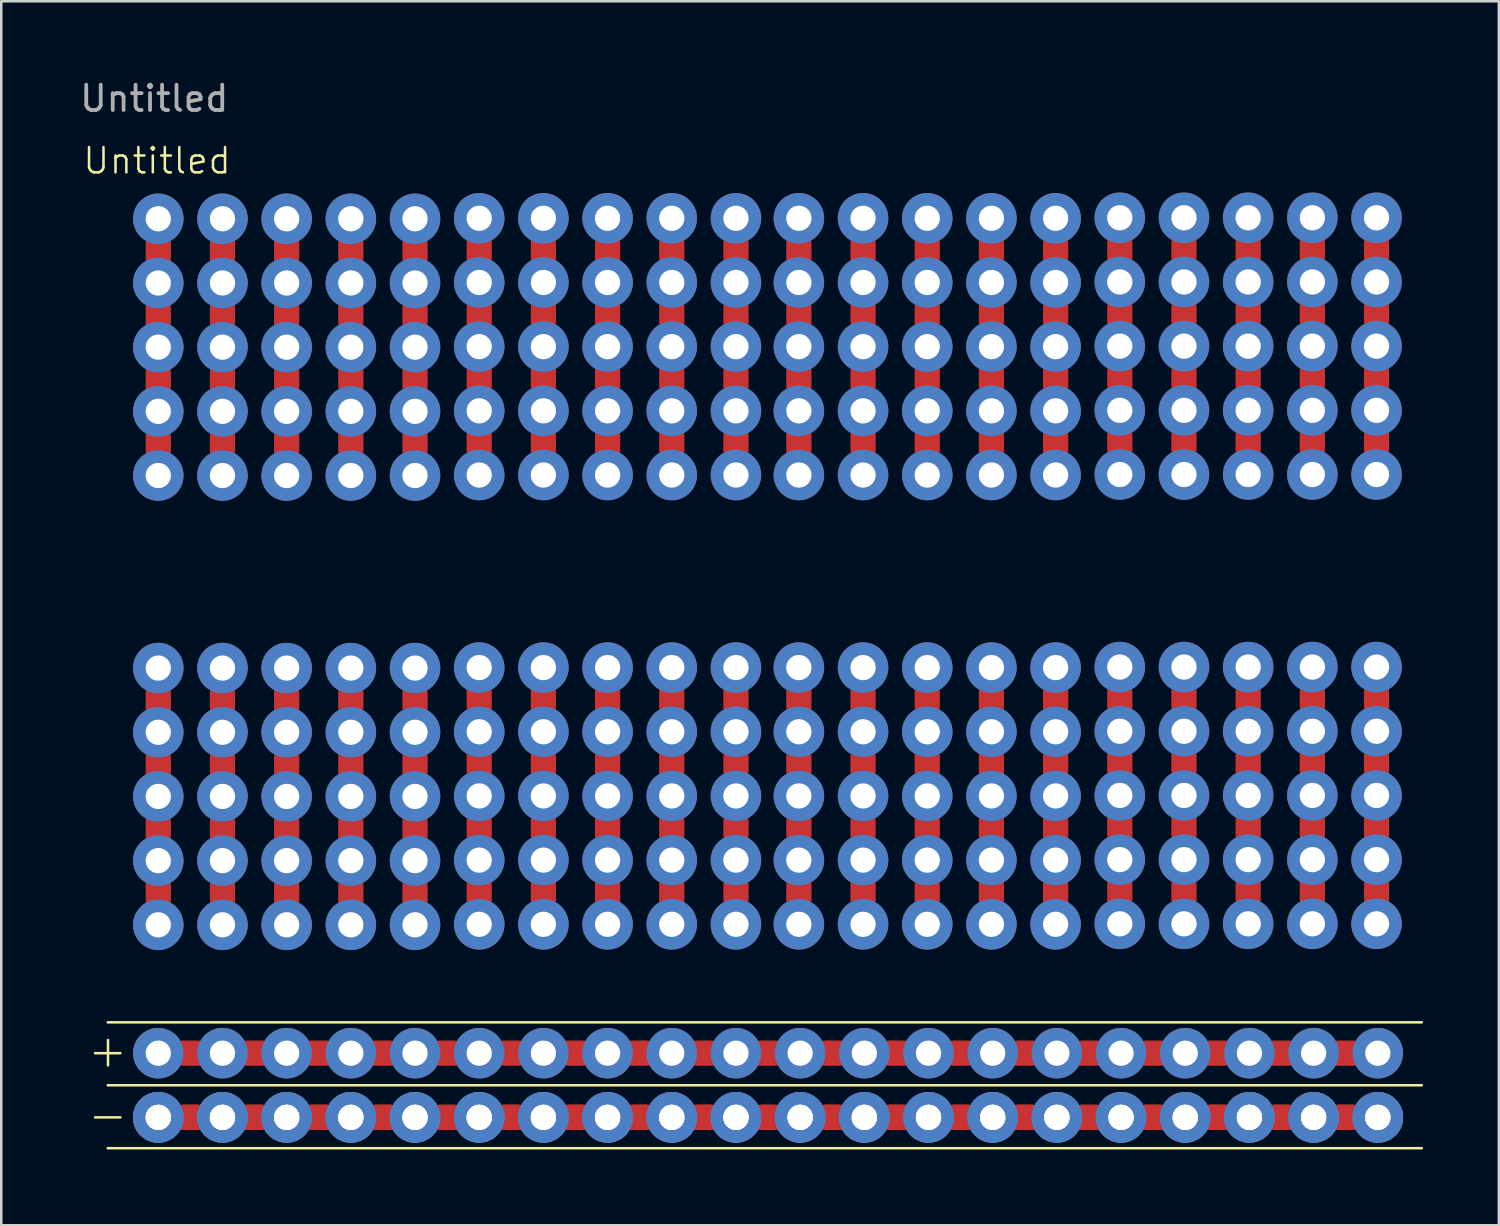
<source format=kicad_pcb>
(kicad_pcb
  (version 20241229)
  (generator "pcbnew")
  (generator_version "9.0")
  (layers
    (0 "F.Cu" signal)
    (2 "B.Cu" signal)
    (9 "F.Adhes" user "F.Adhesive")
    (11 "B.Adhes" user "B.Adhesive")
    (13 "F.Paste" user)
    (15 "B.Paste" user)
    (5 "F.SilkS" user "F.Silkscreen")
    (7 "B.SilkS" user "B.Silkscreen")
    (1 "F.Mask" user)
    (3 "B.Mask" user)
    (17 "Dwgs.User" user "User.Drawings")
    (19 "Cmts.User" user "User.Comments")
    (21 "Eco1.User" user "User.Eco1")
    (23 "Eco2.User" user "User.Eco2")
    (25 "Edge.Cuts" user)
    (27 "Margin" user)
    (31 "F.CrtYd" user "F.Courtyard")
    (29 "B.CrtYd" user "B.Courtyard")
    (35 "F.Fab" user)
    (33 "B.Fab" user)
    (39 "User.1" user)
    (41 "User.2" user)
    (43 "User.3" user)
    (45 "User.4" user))
  (footprint "Untitled"
    (layer "F.Cu")
    (at 3.214 10.688)
    (property "Reference" "Untitled" (at -0.05 -7.375 0) (unlocked yes) (layer "F.SilkS") (effects (font (size 1 1) (thickness 0.1))))
    (attr through_hole)
    (fp_line (start 0 -4.08) (end 0 -3.54) (stroke (width 1) (type solid)) (layer "F.Cu"))
    (fp_line (start 0 -1.54) (end 0 -1) (stroke (width 1) (type solid)) (layer "F.Cu"))
    (fp_line (start 0 1) (end 0 1.54) (stroke (width 1) (type solid)) (layer "F.Cu"))
    (fp_line (start 0 3.54) (end 0 4.08) (stroke (width 1) (type solid)) (layer "F.Cu"))
    (fp_line (start 0 13.7) (end 0 14.24) (stroke (width 1) (type solid)) (layer "F.Cu"))
    (fp_line (start 0 16.24) (end 0 16.78) (stroke (width 1) (type solid)) (layer "F.Cu"))
    (fp_line (start 0 18.78) (end 0 19.32) (stroke (width 1) (type solid)) (layer "F.Cu"))
    (fp_line (start 0 21.32) (end 0 21.86) (stroke (width 1) (type solid)) (layer "F.Cu"))
    (fp_line (start 1 27.94) (end 1.54 27.94) (stroke (width 1) (type solid)) (layer "F.Cu"))
    (fp_line (start 1 30.48) (end 1.54 30.48) (stroke (width 1) (type solid)) (layer "F.Cu"))
    (fp_line (start 1 30.48) (end 1.54 30.48) (stroke (width 1) (type solid)) (layer "F.Cu"))
    (fp_line (start 1 30.48) (end 1.54 30.48) (stroke (width 1) (type solid)) (layer "F.Cu"))
    (fp_line (start 2.54 -4.08) (end 2.54 -3.54) (stroke (width 1) (type solid)) (layer "F.Cu"))
    (fp_line (start 2.54 -1.54) (end 2.54 -1) (stroke (width 1) (type solid)) (layer "F.Cu"))
    (fp_line (start 2.54 1) (end 2.54 1.54) (stroke (width 1) (type solid)) (layer "F.Cu"))
    (fp_line (start 2.54 3.54) (end 2.54 4.08) (stroke (width 1) (type solid)) (layer "F.Cu"))
    (fp_line (start 2.54 13.7) (end 2.54 14.24) (stroke (width 1) (type solid)) (layer "F.Cu"))
    (fp_line (start 2.54 16.24) (end 2.54 16.78) (stroke (width 1) (type solid)) (layer "F.Cu"))
    (fp_line (start 2.54 18.78) (end 2.54 19.32) (stroke (width 1) (type solid)) (layer "F.Cu"))
    (fp_line (start 2.54 21.32) (end 2.54 21.86) (stroke (width 1) (type solid)) (layer "F.Cu"))
    (fp_line (start 3.54 27.94) (end 4.08 27.94) (stroke (width 1) (type solid)) (layer "F.Cu"))
    (fp_line (start 3.54 30.48) (end 4.08 30.48) (stroke (width 1) (type solid)) (layer "F.Cu"))
    (fp_line (start 3.54 30.48) (end 4.08 30.48) (stroke (width 1) (type solid)) (layer "F.Cu"))
    (fp_line (start 3.54 30.48) (end 4.08 30.48) (stroke (width 1) (type solid)) (layer "F.Cu"))
    (fp_line (start 5.08 -4.08) (end 5.08 -3.54) (stroke (width 1) (type solid)) (layer "F.Cu"))
    (fp_line (start 5.08 -1.54) (end 5.08 -1) (stroke (width 1) (type solid)) (layer "F.Cu"))
    (fp_line (start 5.08 1) (end 5.08 1.54) (stroke (width 1) (type solid)) (layer "F.Cu"))
    (fp_line (start 5.08 3.54) (end 5.08 4.08) (stroke (width 1) (type solid)) (layer "F.Cu"))
    (fp_line (start 5.08 13.7) (end 5.08 14.24) (stroke (width 1) (type solid)) (layer "F.Cu"))
    (fp_line (start 5.08 16.24) (end 5.08 16.78) (stroke (width 1) (type solid)) (layer "F.Cu"))
    (fp_line (start 5.08 18.78) (end 5.08 19.32) (stroke (width 1) (type solid)) (layer "F.Cu"))
    (fp_line (start 5.08 21.32) (end 5.08 21.86) (stroke (width 1) (type solid)) (layer "F.Cu"))
    (fp_line (start 6.08 27.94) (end 6.62 27.94) (stroke (width 1) (type solid)) (layer "F.Cu"))
    (fp_line (start 6.08 30.48) (end 6.62 30.48) (stroke (width 1) (type solid)) (layer "F.Cu"))
    (fp_line (start 6.08 30.48) (end 6.62 30.48) (stroke (width 1) (type solid)) (layer "F.Cu"))
    (fp_line (start 6.08 30.48) (end 6.62 30.48) (stroke (width 1) (type solid)) (layer "F.Cu"))
    (fp_line (start 7.62 -4.08) (end 7.62 -3.54) (stroke (width 1) (type solid)) (layer "F.Cu"))
    (fp_line (start 7.62 -1.54) (end 7.62 -1) (stroke (width 1) (type solid)) (layer "F.Cu"))
    (fp_line (start 7.62 1) (end 7.62 1.54) (stroke (width 1) (type solid)) (layer "F.Cu"))
    (fp_line (start 7.62 3.54) (end 7.62 4.08) (stroke (width 1) (type solid)) (layer "F.Cu"))
    (fp_line (start 7.62 13.7) (end 7.62 14.24) (stroke (width 1) (type solid)) (layer "F.Cu"))
    (fp_line (start 7.62 16.24) (end 7.62 16.78) (stroke (width 1) (type solid)) (layer "F.Cu"))
    (fp_line (start 7.62 18.78) (end 7.62 19.32) (stroke (width 1) (type solid)) (layer "F.Cu"))
    (fp_line (start 7.62 21.32) (end 7.62 21.86) (stroke (width 1) (type solid)) (layer "F.Cu"))
    (fp_line (start 8.62 27.94) (end 9.16 27.94) (stroke (width 1) (type solid)) (layer "F.Cu"))
    (fp_line (start 8.62 30.48) (end 9.16 30.48) (stroke (width 1) (type solid)) (layer "F.Cu"))
    (fp_line (start 8.62 30.48) (end 9.16 30.48) (stroke (width 1) (type solid)) (layer "F.Cu"))
    (fp_line (start 8.62 30.48) (end 9.16 30.48) (stroke (width 1) (type solid)) (layer "F.Cu"))
    (fp_line (start 10.16 -4.08) (end 10.16 -3.54) (stroke (width 1) (type solid)) (layer "F.Cu"))
    (fp_line (start 10.16 -1.54) (end 10.16 -1) (stroke (width 1) (type solid)) (layer "F.Cu"))
    (fp_line (start 10.16 1) (end 10.16 1.54) (stroke (width 1) (type solid)) (layer "F.Cu"))
    (fp_line (start 10.16 3.54) (end 10.16 4.08) (stroke (width 1) (type solid)) (layer "F.Cu"))
    (fp_line (start 10.16 13.7) (end 10.16 14.24) (stroke (width 1) (type solid)) (layer "F.Cu"))
    (fp_line (start 10.16 16.24) (end 10.16 16.78) (stroke (width 1) (type solid)) (layer "F.Cu"))
    (fp_line (start 10.16 18.78) (end 10.16 19.32) (stroke (width 1) (type solid)) (layer "F.Cu"))
    (fp_line (start 10.16 21.32) (end 10.16 21.86) (stroke (width 1) (type solid)) (layer "F.Cu"))
    (fp_line (start 11.16 27.94) (end 11.7 27.94) (stroke (width 1) (type solid)) (layer "F.Cu"))
    (fp_line (start 11.16 30.48) (end 11.7 30.48) (stroke (width 1) (type solid)) (layer "F.Cu"))
    (fp_line (start 11.16 30.48) (end 11.7 30.48) (stroke (width 1) (type solid)) (layer "F.Cu"))
    (fp_line (start 12.7 -4.1) (end 12.7 -3.56) (stroke (width 1) (type solid)) (layer "F.Cu"))
    (fp_line (start 12.7 -1.56) (end 12.7 -1.02) (stroke (width 1) (type solid)) (layer "F.Cu"))
    (fp_line (start 12.7 0.98) (end 12.7 1.52) (stroke (width 1) (type solid)) (layer "F.Cu"))
    (fp_line (start 12.7 3.52) (end 12.7 4.06) (stroke (width 1) (type solid)) (layer "F.Cu"))
    (fp_line (start 12.7 13.68) (end 12.7 14.22) (stroke (width 1) (type solid)) (layer "F.Cu"))
    (fp_line (start 12.7 16.22) (end 12.7 16.76) (stroke (width 1) (type solid)) (layer "F.Cu"))
    (fp_line (start 12.7 18.76) (end 12.7 19.3) (stroke (width 1) (type solid)) (layer "F.Cu"))
    (fp_line (start 12.7 21.3) (end 12.7 21.84) (stroke (width 1) (type solid)) (layer "F.Cu"))
    (fp_line (start 13.7 27.94) (end 14.24 27.94) (stroke (width 1) (type solid)) (layer "F.Cu"))
    (fp_line (start 13.7 30.48) (end 14.24 30.48) (stroke (width 1) (type solid)) (layer "F.Cu"))
    (fp_line (start 13.7 30.48) (end 14.24 30.48) (stroke (width 1) (type solid)) (layer "F.Cu"))
    (fp_line (start 13.7 30.48) (end 14.24 30.48) (stroke (width 1) (type solid)) (layer "F.Cu"))
    (fp_line (start 15.24 -4.1) (end 15.24 -3.56) (stroke (width 1) (type solid)) (layer "F.Cu"))
    (fp_line (start 15.24 -1.56) (end 15.24 -1.02) (stroke (width 1) (type solid)) (layer "F.Cu"))
    (fp_line (start 15.24 0.98) (end 15.24 1.52) (stroke (width 1) (type solid)) (layer "F.Cu"))
    (fp_line (start 15.24 3.52) (end 15.24 4.06) (stroke (width 1) (type solid)) (layer "F.Cu"))
    (fp_line (start 15.24 13.68) (end 15.24 14.22) (stroke (width 1) (type solid)) (layer "F.Cu"))
    (fp_line (start 15.24 16.22) (end 15.24 16.76) (stroke (width 1) (type solid)) (layer "F.Cu"))
    (fp_line (start 15.24 18.76) (end 15.24 19.3) (stroke (width 1) (type solid)) (layer "F.Cu"))
    (fp_line (start 15.24 21.3) (end 15.24 21.84) (stroke (width 1) (type solid)) (layer "F.Cu"))
    (fp_line (start 16.24 27.94) (end 16.78 27.94) (stroke (width 1) (type solid)) (layer "F.Cu"))
    (fp_line (start 16.24 30.48) (end 16.78 30.48) (stroke (width 1) (type solid)) (layer "F.Cu"))
    (fp_line (start 16.24 30.48) (end 16.78 30.48) (stroke (width 1) (type solid)) (layer "F.Cu"))
    (fp_line (start 16.24 30.48) (end 16.78 30.48) (stroke (width 1) (type solid)) (layer "F.Cu"))
    (fp_line (start 17.78 -4.1) (end 17.78 -3.56) (stroke (width 1) (type solid)) (layer "F.Cu"))
    (fp_line (start 17.78 -1.56) (end 17.78 -1.02) (stroke (width 1) (type solid)) (layer "F.Cu"))
    (fp_line (start 17.78 0.98) (end 17.78 1.52) (stroke (width 1) (type solid)) (layer "F.Cu"))
    (fp_line (start 17.78 3.52) (end 17.78 4.06) (stroke (width 1) (type solid)) (layer "F.Cu"))
    (fp_line (start 17.78 13.68) (end 17.78 14.22) (stroke (width 1) (type solid)) (layer "F.Cu"))
    (fp_line (start 17.78 16.22) (end 17.78 16.76) (stroke (width 1) (type solid)) (layer "F.Cu"))
    (fp_line (start 17.78 18.76) (end 17.78 19.3) (stroke (width 1) (type solid)) (layer "F.Cu"))
    (fp_line (start 17.78 21.3) (end 17.78 21.84) (stroke (width 1) (type solid)) (layer "F.Cu"))
    (fp_line (start 18.78 27.94) (end 19.32 27.94) (stroke (width 1) (type solid)) (layer "F.Cu"))
    (fp_line (start 18.78 30.48) (end 19.32 30.48) (stroke (width 1) (type solid)) (layer "F.Cu"))
    (fp_line (start 18.78 30.48) (end 19.32 30.48) (stroke (width 1) (type solid)) (layer "F.Cu"))
    (fp_line (start 18.78 30.48) (end 19.32 30.48) (stroke (width 1) (type solid)) (layer "F.Cu"))
    (fp_line (start 20.32 -4.1) (end 20.32 -3.56) (stroke (width 1) (type solid)) (layer "F.Cu"))
    (fp_line (start 20.32 -1.56) (end 20.32 -1.02) (stroke (width 1) (type solid)) (layer "F.Cu"))
    (fp_line (start 20.32 0.98) (end 20.32 1.52) (stroke (width 1) (type solid)) (layer "F.Cu"))
    (fp_line (start 20.32 3.52) (end 20.32 4.06) (stroke (width 1) (type solid)) (layer "F.Cu"))
    (fp_line (start 20.32 13.68) (end 20.32 14.22) (stroke (width 1) (type solid)) (layer "F.Cu"))
    (fp_line (start 20.32 16.22) (end 20.32 16.76) (stroke (width 1) (type solid)) (layer "F.Cu"))
    (fp_line (start 20.32 18.76) (end 20.32 19.3) (stroke (width 1) (type solid)) (layer "F.Cu"))
    (fp_line (start 20.32 21.3) (end 20.32 21.84) (stroke (width 1) (type solid)) (layer "F.Cu"))
    (fp_line (start 21.32 27.94) (end 21.86 27.94) (stroke (width 1) (type solid)) (layer "F.Cu"))
    (fp_line (start 21.32 30.48) (end 21.86 30.48) (stroke (width 1) (type solid)) (layer "F.Cu"))
    (fp_line (start 21.32 30.48) (end 21.86 30.48) (stroke (width 1) (type solid)) (layer "F.Cu"))
    (fp_line (start 21.32 30.48) (end 21.86 30.48) (stroke (width 1) (type solid)) (layer "F.Cu"))
    (fp_line (start 22.86 -4.1) (end 22.86 -3.56) (stroke (width 1) (type solid)) (layer "F.Cu"))
    (fp_line (start 22.86 -1.56) (end 22.86 -1.02) (stroke (width 1) (type solid)) (layer "F.Cu"))
    (fp_line (start 22.86 0.98) (end 22.86 1.52) (stroke (width 1) (type solid)) (layer "F.Cu"))
    (fp_line (start 22.86 3.52) (end 22.86 4.06) (stroke (width 1) (type solid)) (layer "F.Cu"))
    (fp_line (start 22.86 13.68) (end 22.86 14.22) (stroke (width 1) (type solid)) (layer "F.Cu"))
    (fp_line (start 22.86 16.22) (end 22.86 16.76) (stroke (width 1) (type solid)) (layer "F.Cu"))
    (fp_line (start 22.86 18.76) (end 22.86 19.3) (stroke (width 1) (type solid)) (layer "F.Cu"))
    (fp_line (start 22.86 21.3) (end 22.86 21.84) (stroke (width 1) (type solid)) (layer "F.Cu"))
    (fp_line (start 24.4 27.94) (end 23.86 27.94) (stroke (width 1) (type solid)) (layer "F.Cu"))
    (fp_line (start 24.4 30.48) (end 23.86 30.48) (stroke (width 1) (type solid)) (layer "F.Cu"))
    (fp_line (start 24.4 30.48) (end 23.86 30.48) (stroke (width 1) (type solid)) (layer "F.Cu"))
    (fp_line (start 25.35 -4.1) (end 25.35 -3.56) (stroke (width 1) (type solid)) (layer "F.Cu"))
    (fp_line (start 25.35 -1.56) (end 25.35 -1.02) (stroke (width 1) (type solid)) (layer "F.Cu"))
    (fp_line (start 25.35 0.98) (end 25.35 1.52) (stroke (width 1) (type solid)) (layer "F.Cu"))
    (fp_line (start 25.35 3.52) (end 25.35 4.06) (stroke (width 1) (type solid)) (layer "F.Cu"))
    (fp_line (start 25.35 13.68) (end 25.35 14.22) (stroke (width 1) (type solid)) (layer "F.Cu"))
    (fp_line (start 25.35 16.22) (end 25.35 16.76) (stroke (width 1) (type solid)) (layer "F.Cu"))
    (fp_line (start 25.35 18.76) (end 25.35 19.3) (stroke (width 1) (type solid)) (layer "F.Cu"))
    (fp_line (start 25.35 21.3) (end 25.35 21.84) (stroke (width 1) (type solid)) (layer "F.Cu"))
    (fp_line (start 26.4 27.94) (end 26.94 27.94) (stroke (width 1) (type solid)) (layer "F.Cu"))
    (fp_line (start 26.4 30.48) (end 26.94 30.48) (stroke (width 1) (type solid)) (layer "F.Cu"))
    (fp_line (start 26.4 30.48) (end 26.94 30.48) (stroke (width 1) (type solid)) (layer "F.Cu"))
    (fp_line (start 26.4 30.48) (end 26.94 30.48) (stroke (width 1) (type solid)) (layer "F.Cu"))
    (fp_line (start 27.89 -4.1) (end 27.89 -3.56) (stroke (width 1) (type solid)) (layer "F.Cu"))
    (fp_line (start 27.89 -1.56) (end 27.89 -1.02) (stroke (width 1) (type solid)) (layer "F.Cu"))
    (fp_line (start 27.89 0.98) (end 27.89 1.52) (stroke (width 1) (type solid)) (layer "F.Cu"))
    (fp_line (start 27.89 3.52) (end 27.89 4.06) (stroke (width 1) (type solid)) (layer "F.Cu"))
    (fp_line (start 27.89 13.68) (end 27.89 14.22) (stroke (width 1) (type solid)) (layer "F.Cu"))
    (fp_line (start 27.89 16.22) (end 27.89 16.76) (stroke (width 1) (type solid)) (layer "F.Cu"))
    (fp_line (start 27.89 18.76) (end 27.89 19.3) (stroke (width 1) (type solid)) (layer "F.Cu"))
    (fp_line (start 27.89 21.3) (end 27.89 21.84) (stroke (width 1) (type solid)) (layer "F.Cu"))
    (fp_line (start 28.94 27.94) (end 29.48 27.94) (stroke (width 1) (type solid)) (layer "F.Cu"))
    (fp_line (start 28.94 30.48) (end 29.48 30.48) (stroke (width 1) (type solid)) (layer "F.Cu"))
    (fp_line (start 28.94 30.48) (end 29.48 30.48) (stroke (width 1) (type solid)) (layer "F.Cu"))
    (fp_line (start 28.94 30.48) (end 29.48 30.48) (stroke (width 1) (type solid)) (layer "F.Cu"))
    (fp_line (start 30.43 -4.1) (end 30.43 -3.56) (stroke (width 1) (type solid)) (layer "F.Cu"))
    (fp_line (start 30.43 -1.56) (end 30.43 -1.02) (stroke (width 1) (type solid)) (layer "F.Cu"))
    (fp_line (start 30.43 0.98) (end 30.43 1.52) (stroke (width 1) (type solid)) (layer "F.Cu"))
    (fp_line (start 30.43 3.52) (end 30.43 4.06) (stroke (width 1) (type solid)) (layer "F.Cu"))
    (fp_line (start 30.43 13.68) (end 30.43 14.22) (stroke (width 1) (type solid)) (layer "F.Cu"))
    (fp_line (start 30.43 16.22) (end 30.43 16.76) (stroke (width 1) (type solid)) (layer "F.Cu"))
    (fp_line (start 30.43 18.76) (end 30.43 19.3) (stroke (width 1) (type solid)) (layer "F.Cu"))
    (fp_line (start 30.43 21.3) (end 30.43 21.84) (stroke (width 1) (type solid)) (layer "F.Cu"))
    (fp_line (start 31.48 27.94) (end 32.02 27.94) (stroke (width 1) (type solid)) (layer "F.Cu"))
    (fp_line (start 31.48 30.48) (end 32.02 30.48) (stroke (width 1) (type solid)) (layer "F.Cu"))
    (fp_line (start 31.48 30.48) (end 32.02 30.48) (stroke (width 1) (type solid)) (layer "F.Cu"))
    (fp_line (start 31.48 30.48) (end 32.02 30.48) (stroke (width 1) (type solid)) (layer "F.Cu"))
    (fp_line (start 32.97 -4.1) (end 32.97 -3.56) (stroke (width 1) (type solid)) (layer "F.Cu"))
    (fp_line (start 32.97 -1.56) (end 32.97 -1.02) (stroke (width 1) (type solid)) (layer "F.Cu"))
    (fp_line (start 32.97 0.98) (end 32.97 1.52) (stroke (width 1) (type solid)) (layer "F.Cu"))
    (fp_line (start 32.97 3.52) (end 32.97 4.06) (stroke (width 1) (type solid)) (layer "F.Cu"))
    (fp_line (start 32.97 13.68) (end 32.97 14.22) (stroke (width 1) (type solid)) (layer "F.Cu"))
    (fp_line (start 32.97 16.22) (end 32.97 16.76) (stroke (width 1) (type solid)) (layer "F.Cu"))
    (fp_line (start 32.97 18.76) (end 32.97 19.3) (stroke (width 1) (type solid)) (layer "F.Cu"))
    (fp_line (start 32.97 21.3) (end 32.97 21.84) (stroke (width 1) (type solid)) (layer "F.Cu"))
    (fp_line (start 34.02 27.94) (end 34.56 27.94) (stroke (width 1) (type solid)) (layer "F.Cu"))
    (fp_line (start 34.02 30.48) (end 34.56 30.48) (stroke (width 1) (type solid)) (layer "F.Cu"))
    (fp_line (start 34.02 30.48) (end 34.56 30.48) (stroke (width 1) (type solid)) (layer "F.Cu"))
    (fp_line (start 34.02 30.48) (end 34.56 30.48) (stroke (width 1) (type solid)) (layer "F.Cu"))
    (fp_line (start 35.51 -4.1) (end 35.51 -3.56) (stroke (width 1) (type solid)) (layer "F.Cu"))
    (fp_line (start 35.51 -1.56) (end 35.51 -1.02) (stroke (width 1) (type solid)) (layer "F.Cu"))
    (fp_line (start 35.51 0.98) (end 35.51 1.52) (stroke (width 1) (type solid)) (layer "F.Cu"))
    (fp_line (start 35.51 3.52) (end 35.51 4.06) (stroke (width 1) (type solid)) (layer "F.Cu"))
    (fp_line (start 35.51 13.68) (end 35.51 14.22) (stroke (width 1) (type solid)) (layer "F.Cu"))
    (fp_line (start 35.51 16.22) (end 35.51 16.76) (stroke (width 1) (type solid)) (layer "F.Cu"))
    (fp_line (start 35.51 18.76) (end 35.51 19.3) (stroke (width 1) (type solid)) (layer "F.Cu"))
    (fp_line (start 35.51 21.3) (end 35.51 21.84) (stroke (width 1) (type solid)) (layer "F.Cu"))
    (fp_line (start 36.56 27.94) (end 37.1 27.94) (stroke (width 1) (type solid)) (layer "F.Cu"))
    (fp_line (start 36.56 30.48) (end 37.1 30.48) (stroke (width 1) (type solid)) (layer "F.Cu"))
    (fp_line (start 36.56 30.48) (end 37.1 30.48) (stroke (width 1) (type solid)) (layer "F.Cu"))
    (fp_line (start 38.05 -4.12) (end 38.05 -3.58) (stroke (width 1) (type solid)) (layer "F.Cu"))
    (fp_line (start 38.05 -1.58) (end 38.05 -1.04) (stroke (width 1) (type solid)) (layer "F.Cu"))
    (fp_line (start 38.05 0.96) (end 38.05 1.5) (stroke (width 1) (type solid)) (layer "F.Cu"))
    (fp_line (start 38.05 3.5) (end 38.05 4.04) (stroke (width 1) (type solid)) (layer "F.Cu"))
    (fp_line (start 38.05 13.66) (end 38.05 14.2) (stroke (width 1) (type solid)) (layer "F.Cu"))
    (fp_line (start 38.05 16.2) (end 38.05 16.74) (stroke (width 1) (type solid)) (layer "F.Cu"))
    (fp_line (start 38.05 18.74) (end 38.05 19.28) (stroke (width 1) (type solid)) (layer "F.Cu"))
    (fp_line (start 38.05 21.28) (end 38.05 21.82) (stroke (width 1) (type solid)) (layer "F.Cu"))
    (fp_line (start 39.1 27.94) (end 39.64 27.94) (stroke (width 1) (type solid)) (layer "F.Cu"))
    (fp_line (start 39.1 30.48) (end 39.64 30.48) (stroke (width 1) (type solid)) (layer "F.Cu"))
    (fp_line (start 39.1 30.48) (end 39.64 30.48) (stroke (width 1) (type solid)) (layer "F.Cu"))
    (fp_line (start 39.1 30.48) (end 39.64 30.48) (stroke (width 1) (type solid)) (layer "F.Cu"))
    (fp_line (start 40.59 -4.12) (end 40.59 -3.58) (stroke (width 1) (type solid)) (layer "F.Cu"))
    (fp_line (start 40.59 -1.58) (end 40.59 -1.04) (stroke (width 1) (type solid)) (layer "F.Cu"))
    (fp_line (start 40.59 0.96) (end 40.59 1.5) (stroke (width 1) (type solid)) (layer "F.Cu"))
    (fp_line (start 40.59 3.5) (end 40.59 4.04) (stroke (width 1) (type solid)) (layer "F.Cu"))
    (fp_line (start 40.59 13.66) (end 40.59 14.2) (stroke (width 1) (type solid)) (layer "F.Cu"))
    (fp_line (start 40.59 16.2) (end 40.59 16.74) (stroke (width 1) (type solid)) (layer "F.Cu"))
    (fp_line (start 40.59 18.74) (end 40.59 19.28) (stroke (width 1) (type solid)) (layer "F.Cu"))
    (fp_line (start 40.59 21.28) (end 40.59 21.82) (stroke (width 1) (type solid)) (layer "F.Cu"))
    (fp_line (start 41.64 27.94) (end 42.18 27.94) (stroke (width 1) (type solid)) (layer "F.Cu"))
    (fp_line (start 41.64 30.48) (end 42.18 30.48) (stroke (width 1) (type solid)) (layer "F.Cu"))
    (fp_line (start 41.64 30.48) (end 42.18 30.48) (stroke (width 1) (type solid)) (layer "F.Cu"))
    (fp_line (start 41.64 30.48) (end 42.18 30.48) (stroke (width 1) (type solid)) (layer "F.Cu"))
    (fp_line (start 43.13 -4.12) (end 43.13 -3.58) (stroke (width 1) (type solid)) (layer "F.Cu"))
    (fp_line (start 43.13 -1.58) (end 43.13 -1.04) (stroke (width 1) (type solid)) (layer "F.Cu"))
    (fp_line (start 43.13 0.96) (end 43.13 1.5) (stroke (width 1) (type solid)) (layer "F.Cu"))
    (fp_line (start 43.13 3.5) (end 43.13 4.04) (stroke (width 1) (type solid)) (layer "F.Cu"))
    (fp_line (start 43.13 13.66) (end 43.13 14.2) (stroke (width 1) (type solid)) (layer "F.Cu"))
    (fp_line (start 43.13 16.2) (end 43.13 16.74) (stroke (width 1) (type solid)) (layer "F.Cu"))
    (fp_line (start 43.13 18.74) (end 43.13 19.28) (stroke (width 1) (type solid)) (layer "F.Cu"))
    (fp_line (start 43.13 21.28) (end 43.13 21.82) (stroke (width 1) (type solid)) (layer "F.Cu"))
    (fp_line (start 44.18 27.94) (end 44.72 27.94) (stroke (width 1) (type solid)) (layer "F.Cu"))
    (fp_line (start 44.18 30.48) (end 44.72 30.48) (stroke (width 1) (type solid)) (layer "F.Cu"))
    (fp_line (start 44.18 30.48) (end 44.72 30.48) (stroke (width 1) (type solid)) (layer "F.Cu"))
    (fp_line (start 44.18 30.48) (end 44.72 30.48) (stroke (width 1) (type solid)) (layer "F.Cu"))
    (fp_line (start 45.67 -4.12) (end 45.67 -3.58) (stroke (width 1) (type solid)) (layer "F.Cu"))
    (fp_line (start 45.67 -1.58) (end 45.67 -1.04) (stroke (width 1) (type solid)) (layer "F.Cu"))
    (fp_line (start 45.67 0.96) (end 45.67 1.5) (stroke (width 1) (type solid)) (layer "F.Cu"))
    (fp_line (start 45.67 3.5) (end 45.67 4.04) (stroke (width 1) (type solid)) (layer "F.Cu"))
    (fp_line (start 45.67 13.66) (end 45.67 14.2) (stroke (width 1) (type solid)) (layer "F.Cu"))
    (fp_line (start 45.67 16.2) (end 45.67 16.74) (stroke (width 1) (type solid)) (layer "F.Cu"))
    (fp_line (start 45.67 18.74) (end 45.67 19.28) (stroke (width 1) (type solid)) (layer "F.Cu"))
    (fp_line (start 45.67 21.28) (end 45.67 21.82) (stroke (width 1) (type solid)) (layer "F.Cu"))
    (fp_line (start 46.72 27.94) (end 47.26 27.94) (stroke (width 1) (type solid)) (layer "F.Cu"))
    (fp_line (start 46.72 30.48) (end 47.26 30.48) (stroke (width 1) (type solid)) (layer "F.Cu"))
    (fp_line (start 46.72 30.48) (end 47.26 30.48) (stroke (width 1) (type solid)) (layer "F.Cu"))
    (fp_line (start 46.72 30.48) (end 47.26 30.48) (stroke (width 1) (type solid)) (layer "F.Cu"))
    (fp_line (start 48.21 -4.12) (end 48.21 -3.58) (stroke (width 1) (type solid)) (layer "F.Cu"))
    (fp_line (start 48.21 -1.58) (end 48.21 -1.04) (stroke (width 1) (type solid)) (layer "F.Cu"))
    (fp_line (start 48.21 0.96) (end 48.21 1.5) (stroke (width 1) (type solid)) (layer "F.Cu"))
    (fp_line (start 48.21 3.5) (end 48.21 4.04) (stroke (width 1) (type solid)) (layer "F.Cu"))
    (fp_line (start 48.21 13.66) (end 48.21 14.2) (stroke (width 1) (type solid)) (layer "F.Cu"))
    (fp_line (start 48.21 16.2) (end 48.21 16.74) (stroke (width 1) (type solid)) (layer "F.Cu"))
    (fp_line (start 48.21 18.74) (end 48.21 19.28) (stroke (width 1) (type solid)) (layer "F.Cu"))
    (fp_line (start 48.21 21.28) (end 48.21 21.82) (stroke (width 1) (type solid)) (layer "F.Cu"))
    (fp_line (start -2.5 27.94) (end -1.5 27.94) (stroke (width 0.1) (type default)) (layer "F.SilkS"))
    (fp_line (start -2.5 30.48) (end -1.5 30.48) (stroke (width 0.1) (type default)) (layer "F.SilkS"))
    (fp_line (start -2 26.72) (end 50 26.72) (stroke (width 0.1) (type default)) (layer "F.SilkS"))
    (fp_line (start -2 29.21) (end 50 29.21) (stroke (width 0.1) (type solid)) (layer "F.SilkS"))
    (fp_line (start -2 31.7) (end 50 31.7) (stroke (width 0.1) (type default)) (layer "F.SilkS"))
    (fp_line (start -1.99 27.42) (end -1.99 28.42) (stroke (width 0.1) (type default)) (layer "F.SilkS"))
    (fp_text user "${REFERENCE}" (at -0.16 -9.84 0) (unlocked yes) (layer "F.Fab") (effects (font (size 1 1) (thickness 0.15))))
    (pad "1" thru_hole circle (at 0 -5.08) (size 2 2) (drill 1) (layers "*.Cu" "*.Mask"))
    (pad "1" thru_hole circle (at 0 -2.54) (size 2 2) (drill 1) (layers "*.Cu" "*.Mask"))
    (pad "1" thru_hole circle (at 0 0) (size 2 2) (drill 1) (layers "*.Cu" "*.Mask"))
    (pad "1" thru_hole circle (at 0 2.54) (size 2 2) (drill 1) (layers "*.Cu" "*.Mask"))
    (pad "1" thru_hole circle (at 0 5.08) (size 2 2) (drill 1) (layers "*.Cu" "*.Mask"))
    (pad "1" thru_hole circle (at 0 12.7) (size 2 2) (drill 1) (layers "*.Cu" "*.Mask"))
    (pad "1" thru_hole circle (at 0 15.24) (size 2 2) (drill 1) (layers "*.Cu" "*.Mask"))
    (pad "1" thru_hole circle (at 0 17.78) (size 2 2) (drill 1) (layers "*.Cu" "*.Mask"))
    (pad "1" thru_hole circle (at 0 20.32) (size 2 2) (drill 1) (layers "*.Cu" "*.Mask"))
    (pad "1" thru_hole circle (at 0 22.86) (size 2 2) (drill 1) (layers "*.Cu" "*.Mask"))
    (pad "1" thru_hole circle (at 0 27.94 90) (size 2 2) (drill 1) (layers "*.Cu" "*.Mask"))
    (pad "1" thru_hole circle (at 0 30.48 90) (size 2 2) (drill 1) (layers "*.Cu" "*.Mask"))
    (pad "1" thru_hole circle (at 0 30.48 90) (size 2 2) (drill 1) (layers "*.Cu" "*.Mask"))
    (pad "1" thru_hole circle (at 0 30.48 90) (size 2 2) (drill 1) (layers "*.Cu" "*.Mask"))
    (pad "1" thru_hole circle (at 2.54 -5.08) (size 2 2) (drill 1) (layers "*.Cu" "*.Mask"))
    (pad "1" thru_hole circle (at 2.54 -2.54) (size 2 2) (drill 1) (layers "*.Cu" "*.Mask"))
    (pad "1" thru_hole circle (at 2.54 0) (size 2 2) (drill 1) (layers "*.Cu" "*.Mask"))
    (pad "1" thru_hole circle (at 2.54 2.54) (size 2 2) (drill 1) (layers "*.Cu" "*.Mask"))
    (pad "1" thru_hole circle (at 2.54 5.08) (size 2 2) (drill 1) (layers "*.Cu" "*.Mask"))
    (pad "1" thru_hole circle (at 2.54 12.7) (size 2 2) (drill 1) (layers "*.Cu" "*.Mask"))
    (pad "1" thru_hole circle (at 2.54 15.24) (size 2 2) (drill 1) (layers "*.Cu" "*.Mask"))
    (pad "1" thru_hole circle (at 2.54 17.78) (size 2 2) (drill 1) (layers "*.Cu" "*.Mask"))
    (pad "1" thru_hole circle (at 2.54 20.32) (size 2 2) (drill 1) (layers "*.Cu" "*.Mask"))
    (pad "1" thru_hole circle (at 2.54 22.86) (size 2 2) (drill 1) (layers "*.Cu" "*.Mask"))
    (pad "1" thru_hole circle (at 2.54 27.94 90) (size 2 2) (drill 1) (layers "*.Cu" "*.Mask"))
    (pad "1" thru_hole circle (at 2.54 30.48 90) (size 2 2) (drill 1) (layers "*.Cu" "*.Mask"))
    (pad "1" thru_hole circle (at 2.54 30.48 90) (size 2 2) (drill 1) (layers "*.Cu" "*.Mask"))
    (pad "1" thru_hole circle (at 2.54 30.48 90) (size 2 2) (drill 1) (layers "*.Cu" "*.Mask"))
    (pad "1" thru_hole circle (at 5.08 -5.08) (size 2 2) (drill 1) (layers "*.Cu" "*.Mask"))
    (pad "1" thru_hole circle (at 5.08 -2.54) (size 2 2) (drill 1) (layers "*.Cu" "*.Mask"))
    (pad "1" thru_hole circle (at 5.08 0) (size 2 2) (drill 1) (layers "*.Cu" "*.Mask"))
    (pad "1" thru_hole circle (at 5.08 2.54) (size 2 2) (drill 1) (layers "*.Cu" "*.Mask"))
    (pad "1" thru_hole circle (at 5.08 5.08) (size 2 2) (drill 1) (layers "*.Cu" "*.Mask"))
    (pad "1" thru_hole circle (at 5.08 12.7) (size 2 2) (drill 1) (layers "*.Cu" "*.Mask"))
    (pad "1" thru_hole circle (at 5.08 15.24) (size 2 2) (drill 1) (layers "*.Cu" "*.Mask"))
    (pad "1" thru_hole circle (at 5.08 17.78) (size 2 2) (drill 1) (layers "*.Cu" "*.Mask"))
    (pad "1" thru_hole circle (at 5.08 20.32) (size 2 2) (drill 1) (layers "*.Cu" "*.Mask"))
    (pad "1" thru_hole circle (at 5.08 22.86) (size 2 2) (drill 1) (layers "*.Cu" "*.Mask"))
    (pad "1" thru_hole circle (at 5.08 27.94 90) (size 2 2) (drill 1) (layers "*.Cu" "*.Mask"))
    (pad "1" thru_hole circle (at 5.08 30.48 90) (size 2 2) (drill 1) (layers "*.Cu" "*.Mask"))
    (pad "1" thru_hole circle (at 5.08 30.48 90) (size 2 2) (drill 1) (layers "*.Cu" "*.Mask"))
    (pad "1" thru_hole circle (at 5.08 30.48 90) (size 2 2) (drill 1) (layers "*.Cu" "*.Mask"))
    (pad "1" thru_hole circle (at 7.62 -5.08) (size 2 2) (drill 1) (layers "*.Cu" "*.Mask"))
    (pad "1" thru_hole circle (at 7.62 -2.54) (size 2 2) (drill 1) (layers "*.Cu" "*.Mask"))
    (pad "1" thru_hole circle (at 7.62 0) (size 2 2) (drill 1) (layers "*.Cu" "*.Mask"))
    (pad "1" thru_hole circle (at 7.62 2.54) (size 2 2) (drill 1) (layers "*.Cu" "*.Mask"))
    (pad "1" thru_hole circle (at 7.62 5.08) (size 2 2) (drill 1) (layers "*.Cu" "*.Mask"))
    (pad "1" thru_hole circle (at 7.62 12.7) (size 2 2) (drill 1) (layers "*.Cu" "*.Mask"))
    (pad "1" thru_hole circle (at 7.62 15.24) (size 2 2) (drill 1) (layers "*.Cu" "*.Mask"))
    (pad "1" thru_hole circle (at 7.62 17.78) (size 2 2) (drill 1) (layers "*.Cu" "*.Mask"))
    (pad "1" thru_hole circle (at 7.62 20.32) (size 2 2) (drill 1) (layers "*.Cu" "*.Mask"))
    (pad "1" thru_hole circle (at 7.62 22.86) (size 2 2) (drill 1) (layers "*.Cu" "*.Mask"))
    (pad "1" thru_hole circle (at 7.62 27.94 90) (size 2 2) (drill 1) (layers "*.Cu" "*.Mask"))
    (pad "1" thru_hole circle (at 7.62 30.48 90) (size 2 2) (drill 1) (layers "*.Cu" "*.Mask"))
    (pad "1" thru_hole circle (at 7.62 30.48 90) (size 2 2) (drill 1) (layers "*.Cu" "*.Mask"))
    (pad "1" thru_hole circle (at 7.62 30.48 90) (size 2 2) (drill 1) (layers "*.Cu" "*.Mask"))
    (pad "1" thru_hole circle (at 10.16 -5.08) (size 2 2) (drill 1) (layers "*.Cu" "*.Mask"))
    (pad "1" thru_hole circle (at 10.16 -2.54) (size 2 2) (drill 1) (layers "*.Cu" "*.Mask"))
    (pad "1" thru_hole circle (at 10.16 0) (size 2 2) (drill 1) (layers "*.Cu" "*.Mask"))
    (pad "1" thru_hole circle (at 10.16 2.54) (size 2 2) (drill 1) (layers "*.Cu" "*.Mask"))
    (pad "1" thru_hole circle (at 10.16 5.08) (size 2 2) (drill 1) (layers "*.Cu" "*.Mask"))
    (pad "1" thru_hole circle (at 10.16 12.7) (size 2 2) (drill 1) (layers "*.Cu" "*.Mask"))
    (pad "1" thru_hole circle (at 10.16 15.24) (size 2 2) (drill 1) (layers "*.Cu" "*.Mask"))
    (pad "1" thru_hole circle (at 10.16 17.78) (size 2 2) (drill 1) (layers "*.Cu" "*.Mask"))
    (pad "1" thru_hole circle (at 10.16 20.32) (size 2 2) (drill 1) (layers "*.Cu" "*.Mask"))
    (pad "1" thru_hole circle (at 10.16 22.86) (size 2 2) (drill 1) (layers "*.Cu" "*.Mask"))
    (pad "1" thru_hole circle (at 10.16 27.94 90) (size 2 2) (drill 1) (layers "*.Cu" "*.Mask"))
    (pad "1" thru_hole circle (at 10.16 30.48 90) (size 2 2) (drill 1) (layers "*.Cu" "*.Mask"))
    (pad "1" thru_hole circle (at 10.16 30.48 90) (size 2 2) (drill 1) (layers "*.Cu" "*.Mask"))
    (pad "1" thru_hole circle (at 10.16 30.48 90) (size 2 2) (drill 1) (layers "*.Cu" "*.Mask"))
    (pad "1" thru_hole circle (at 12.7 -5.1) (size 2 2) (drill 1) (layers "*.Cu" "*.Mask"))
    (pad "1" thru_hole circle (at 12.7 -2.56) (size 2 2) (drill 1) (layers "*.Cu" "*.Mask"))
    (pad "1" thru_hole circle (at 12.7 -0.02) (size 2 2) (drill 1) (layers "*.Cu" "*.Mask"))
    (pad "1" thru_hole circle (at 12.7 2.52) (size 2 2) (drill 1) (layers "*.Cu" "*.Mask"))
    (pad "1" thru_hole circle (at 12.7 5.06) (size 2 2) (drill 1) (layers "*.Cu" "*.Mask"))
    (pad "1" thru_hole circle (at 12.7 12.68) (size 2 2) (drill 1) (layers "*.Cu" "*.Mask"))
    (pad "1" thru_hole circle (at 12.7 15.22) (size 2 2) (drill 1) (layers "*.Cu" "*.Mask"))
    (pad "1" thru_hole circle (at 12.7 17.76) (size 2 2) (drill 1) (layers "*.Cu" "*.Mask"))
    (pad "1" thru_hole circle (at 12.7 20.3) (size 2 2) (drill 1) (layers "*.Cu" "*.Mask"))
    (pad "1" thru_hole circle (at 12.7 22.84) (size 2 2) (drill 1) (layers "*.Cu" "*.Mask"))
    (pad "1" thru_hole circle (at 12.7 27.94 90) (size 2 2) (drill 1) (layers "*.Cu" "*.Mask"))
    (pad "1" thru_hole circle (at 12.7 30.48 90) (size 2 2) (drill 1) (layers "*.Cu" "*.Mask"))
    (pad "1" thru_hole circle (at 12.7 30.48 90) (size 2 2) (drill 1) (layers "*.Cu" "*.Mask"))
    (pad "1" thru_hole circle (at 12.7 30.48 90) (size 2 2) (drill 1) (layers "*.Cu" "*.Mask"))
    (pad "1" thru_hole circle (at 15.24 -5.1) (size 2 2) (drill 1) (layers "*.Cu" "*.Mask"))
    (pad "1" thru_hole circle (at 15.24 -2.56) (size 2 2) (drill 1) (layers "*.Cu" "*.Mask"))
    (pad "1" thru_hole circle (at 15.24 -0.02) (size 2 2) (drill 1) (layers "*.Cu" "*.Mask"))
    (pad "1" thru_hole circle (at 15.24 2.52) (size 2 2) (drill 1) (layers "*.Cu" "*.Mask"))
    (pad "1" thru_hole circle (at 15.24 5.06) (size 2 2) (drill 1) (layers "*.Cu" "*.Mask"))
    (pad "1" thru_hole circle (at 15.24 12.68) (size 2 2) (drill 1) (layers "*.Cu" "*.Mask"))
    (pad "1" thru_hole circle (at 15.24 15.22) (size 2 2) (drill 1) (layers "*.Cu" "*.Mask"))
    (pad "1" thru_hole circle (at 15.24 17.76) (size 2 2) (drill 1) (layers "*.Cu" "*.Mask"))
    (pad "1" thru_hole circle (at 15.24 20.3) (size 2 2) (drill 1) (layers "*.Cu" "*.Mask"))
    (pad "1" thru_hole circle (at 15.24 22.84) (size 2 2) (drill 1) (layers "*.Cu" "*.Mask"))
    (pad "1" thru_hole circle (at 15.24 27.94 90) (size 2 2) (drill 1) (layers "*.Cu" "*.Mask"))
    (pad "1" thru_hole circle (at 15.24 30.48 90) (size 2 2) (drill 1) (layers "*.Cu" "*.Mask"))
    (pad "1" thru_hole circle (at 15.24 30.48 90) (size 2 2) (drill 1) (layers "*.Cu" "*.Mask"))
    (pad "1" thru_hole circle (at 15.24 30.48 90) (size 2 2) (drill 1) (layers "*.Cu" "*.Mask"))
    (pad "1" thru_hole circle (at 17.78 -5.1) (size 2 2) (drill 1) (layers "*.Cu" "*.Mask"))
    (pad "1" thru_hole circle (at 17.78 -2.56) (size 2 2) (drill 1) (layers "*.Cu" "*.Mask"))
    (pad "1" thru_hole circle (at 17.78 -0.02) (size 2 2) (drill 1) (layers "*.Cu" "*.Mask"))
    (pad "1" thru_hole circle (at 17.78 2.52) (size 2 2) (drill 1) (layers "*.Cu" "*.Mask"))
    (pad "1" thru_hole circle (at 17.78 5.06) (size 2 2) (drill 1) (layers "*.Cu" "*.Mask"))
    (pad "1" thru_hole circle (at 17.78 12.68) (size 2 2) (drill 1) (layers "*.Cu" "*.Mask"))
    (pad "1" thru_hole circle (at 17.78 15.22) (size 2 2) (drill 1) (layers "*.Cu" "*.Mask"))
    (pad "1" thru_hole circle (at 17.78 17.76) (size 2 2) (drill 1) (layers "*.Cu" "*.Mask"))
    (pad "1" thru_hole circle (at 17.78 20.3) (size 2 2) (drill 1) (layers "*.Cu" "*.Mask"))
    (pad "1" thru_hole circle (at 17.78 22.84) (size 2 2) (drill 1) (layers "*.Cu" "*.Mask"))
    (pad "1" thru_hole circle (at 17.78 27.94 90) (size 2 2) (drill 1) (layers "*.Cu" "*.Mask"))
    (pad "1" thru_hole circle (at 17.78 30.48 90) (size 2 2) (drill 1) (layers "*.Cu" "*.Mask"))
    (pad "1" thru_hole circle (at 17.78 30.48 90) (size 2 2) (drill 1) (layers "*.Cu" "*.Mask"))
    (pad "1" thru_hole circle (at 17.78 30.48 90) (size 2 2) (drill 1) (layers "*.Cu" "*.Mask"))
    (pad "1" thru_hole circle (at 20.32 -5.1) (size 2 2) (drill 1) (layers "*.Cu" "*.Mask"))
    (pad "1" thru_hole circle (at 20.32 -2.56) (size 2 2) (drill 1) (layers "*.Cu" "*.Mask"))
    (pad "1" thru_hole circle (at 20.32 -0.02) (size 2 2) (drill 1) (layers "*.Cu" "*.Mask"))
    (pad "1" thru_hole circle (at 20.32 2.52) (size 2 2) (drill 1) (layers "*.Cu" "*.Mask"))
    (pad "1" thru_hole circle (at 20.32 5.06) (size 2 2) (drill 1) (layers "*.Cu" "*.Mask"))
    (pad "1" thru_hole circle (at 20.32 12.68) (size 2 2) (drill 1) (layers "*.Cu" "*.Mask"))
    (pad "1" thru_hole circle (at 20.32 15.22) (size 2 2) (drill 1) (layers "*.Cu" "*.Mask"))
    (pad "1" thru_hole circle (at 20.32 17.76) (size 2 2) (drill 1) (layers "*.Cu" "*.Mask"))
    (pad "1" thru_hole circle (at 20.32 20.3) (size 2 2) (drill 1) (layers "*.Cu" "*.Mask"))
    (pad "1" thru_hole circle (at 20.32 22.84) (size 2 2) (drill 1) (layers "*.Cu" "*.Mask"))
    (pad "1" thru_hole circle (at 20.32 27.94 90) (size 2 2) (drill 1) (layers "*.Cu" "*.Mask"))
    (pad "1" thru_hole circle (at 20.32 30.48 90) (size 2 2) (drill 1) (layers "*.Cu" "*.Mask"))
    (pad "1" thru_hole circle (at 20.32 30.48 90) (size 2 2) (drill 1) (layers "*.Cu" "*.Mask"))
    (pad "1" thru_hole circle (at 20.32 30.48 90) (size 2 2) (drill 1) (layers "*.Cu" "*.Mask"))
    (pad "1" thru_hole circle (at 22.86 -5.1) (size 2 2) (drill 1) (layers "*.Cu" "*.Mask"))
    (pad "1" thru_hole circle (at 22.86 -2.56) (size 2 2) (drill 1) (layers "*.Cu" "*.Mask"))
    (pad "1" thru_hole circle (at 22.86 -0.02) (size 2 2) (drill 1) (layers "*.Cu" "*.Mask"))
    (pad "1" thru_hole circle (at 22.86 2.52) (size 2 2) (drill 1) (layers "*.Cu" "*.Mask"))
    (pad "1" thru_hole circle (at 22.86 5.06) (size 2 2) (drill 1) (layers "*.Cu" "*.Mask"))
    (pad "1" thru_hole circle (at 22.86 12.68) (size 2 2) (drill 1) (layers "*.Cu" "*.Mask"))
    (pad "1" thru_hole circle (at 22.86 15.22) (size 2 2) (drill 1) (layers "*.Cu" "*.Mask"))
    (pad "1" thru_hole circle (at 22.86 17.76) (size 2 2) (drill 1) (layers "*.Cu" "*.Mask"))
    (pad "1" thru_hole circle (at 22.86 20.3) (size 2 2) (drill 1) (layers "*.Cu" "*.Mask"))
    (pad "1" thru_hole circle (at 22.86 22.84) (size 2 2) (drill 1) (layers "*.Cu" "*.Mask"))
    (pad "1" thru_hole circle (at 22.86 27.94 90) (size 2 2) (drill 1) (layers "*.Cu" "*.Mask"))
    (pad "1" thru_hole circle (at 22.86 30.48 90) (size 2 2) (drill 1) (layers "*.Cu" "*.Mask"))
    (pad "1" thru_hole circle (at 22.86 30.48 90) (size 2 2) (drill 1) (layers "*.Cu" "*.Mask"))
    (pad "1" thru_hole circle (at 22.86 30.48 90) (size 2 2) (drill 1) (layers "*.Cu" "*.Mask"))
    (pad "1" thru_hole circle (at 25.35 -5.1) (size 2 2) (drill 1) (layers "*.Cu" "*.Mask"))
    (pad "1" thru_hole circle (at 25.35 -2.56) (size 2 2) (drill 1) (layers "*.Cu" "*.Mask"))
    (pad "1" thru_hole circle (at 25.35 -0.02) (size 2 2) (drill 1) (layers "*.Cu" "*.Mask"))
    (pad "1" thru_hole circle (at 25.35 2.52) (size 2 2) (drill 1) (layers "*.Cu" "*.Mask"))
    (pad "1" thru_hole circle (at 25.35 5.06) (size 2 2) (drill 1) (layers "*.Cu" "*.Mask"))
    (pad "1" thru_hole circle (at 25.35 12.68) (size 2 2) (drill 1) (layers "*.Cu" "*.Mask"))
    (pad "1" thru_hole circle (at 25.35 15.22) (size 2 2) (drill 1) (layers "*.Cu" "*.Mask"))
    (pad "1" thru_hole circle (at 25.35 17.76) (size 2 2) (drill 1) (layers "*.Cu" "*.Mask"))
    (pad "1" thru_hole circle (at 25.35 20.3) (size 2 2) (drill 1) (layers "*.Cu" "*.Mask"))
    (pad "1" thru_hole circle (at 25.35 22.84) (size 2 2) (drill 1) (layers "*.Cu" "*.Mask"))
    (pad "1" thru_hole circle (at 25.4 27.94 90) (size 2 2) (drill 1) (layers "*.Cu" "*.Mask"))
    (pad "1" thru_hole circle (at 25.4 30.48 90) (size 2 2) (drill 1) (layers "*.Cu" "*.Mask"))
    (pad "1" thru_hole circle (at 25.4 30.48 90) (size 2 2) (drill 1) (layers "*.Cu" "*.Mask"))
    (pad "1" thru_hole circle (at 25.4 30.48 90) (size 2 2) (drill 1) (layers "*.Cu" "*.Mask"))
    (pad "1" thru_hole circle (at 27.89 -5.1) (size 2 2) (drill 1) (layers "*.Cu" "*.Mask"))
    (pad "1" thru_hole circle (at 27.89 -2.56) (size 2 2) (drill 1) (layers "*.Cu" "*.Mask"))
    (pad "1" thru_hole circle (at 27.89 -0.02) (size 2 2) (drill 1) (layers "*.Cu" "*.Mask"))
    (pad "1" thru_hole circle (at 27.89 2.52) (size 2 2) (drill 1) (layers "*.Cu" "*.Mask"))
    (pad "1" thru_hole circle (at 27.89 5.06) (size 2 2) (drill 1) (layers "*.Cu" "*.Mask"))
    (pad "1" thru_hole circle (at 27.89 12.68) (size 2 2) (drill 1) (layers "*.Cu" "*.Mask"))
    (pad "1" thru_hole circle (at 27.89 15.22) (size 2 2) (drill 1) (layers "*.Cu" "*.Mask"))
    (pad "1" thru_hole circle (at 27.89 17.76) (size 2 2) (drill 1) (layers "*.Cu" "*.Mask"))
    (pad "1" thru_hole circle (at 27.89 20.3) (size 2 2) (drill 1) (layers "*.Cu" "*.Mask"))
    (pad "1" thru_hole circle (at 27.89 22.84) (size 2 2) (drill 1) (layers "*.Cu" "*.Mask"))
    (pad "1" thru_hole circle (at 27.94 27.94 90) (size 2 2) (drill 1) (layers "*.Cu" "*.Mask"))
    (pad "1" thru_hole circle (at 27.94 30.48 90) (size 2 2) (drill 1) (layers "*.Cu" "*.Mask"))
    (pad "1" thru_hole circle (at 27.94 30.48 90) (size 2 2) (drill 1) (layers "*.Cu" "*.Mask"))
    (pad "1" thru_hole circle (at 27.94 30.48 90) (size 2 2) (drill 1) (layers "*.Cu" "*.Mask"))
    (pad "1" thru_hole circle (at 30.43 -5.1) (size 2 2) (drill 1) (layers "*.Cu" "*.Mask"))
    (pad "1" thru_hole circle (at 30.43 -2.56) (size 2 2) (drill 1) (layers "*.Cu" "*.Mask"))
    (pad "1" thru_hole circle (at 30.43 -0.02) (size 2 2) (drill 1) (layers "*.Cu" "*.Mask"))
    (pad "1" thru_hole circle (at 30.43 2.52) (size 2 2) (drill 1) (layers "*.Cu" "*.Mask"))
    (pad "1" thru_hole circle (at 30.43 5.06) (size 2 2) (drill 1) (layers "*.Cu" "*.Mask"))
    (pad "1" thru_hole circle (at 30.43 12.68) (size 2 2) (drill 1) (layers "*.Cu" "*.Mask"))
    (pad "1" thru_hole circle (at 30.43 15.22) (size 2 2) (drill 1) (layers "*.Cu" "*.Mask"))
    (pad "1" thru_hole circle (at 30.43 17.76) (size 2 2) (drill 1) (layers "*.Cu" "*.Mask"))
    (pad "1" thru_hole circle (at 30.43 20.3) (size 2 2) (drill 1) (layers "*.Cu" "*.Mask"))
    (pad "1" thru_hole circle (at 30.43 22.84) (size 2 2) (drill 1) (layers "*.Cu" "*.Mask"))
    (pad "1" thru_hole circle (at 30.48 27.94 90) (size 2 2) (drill 1) (layers "*.Cu" "*.Mask"))
    (pad "1" thru_hole circle (at 30.48 30.48 90) (size 2 2) (drill 1) (layers "*.Cu" "*.Mask"))
    (pad "1" thru_hole circle (at 30.48 30.48 90) (size 2 2) (drill 1) (layers "*.Cu" "*.Mask"))
    (pad "1" thru_hole circle (at 30.48 30.48 90) (size 2 2) (drill 1) (layers "*.Cu" "*.Mask"))
    (pad "1" thru_hole circle (at 32.97 -5.1) (size 2 2) (drill 1) (layers "*.Cu" "*.Mask"))
    (pad "1" thru_hole circle (at 32.97 -2.56) (size 2 2) (drill 1) (layers "*.Cu" "*.Mask"))
    (pad "1" thru_hole circle (at 32.97 -0.02) (size 2 2) (drill 1) (layers "*.Cu" "*.Mask"))
    (pad "1" thru_hole circle (at 32.97 2.52) (size 2 2) (drill 1) (layers "*.Cu" "*.Mask"))
    (pad "1" thru_hole circle (at 32.97 5.06) (size 2 2) (drill 1) (layers "*.Cu" "*.Mask"))
    (pad "1" thru_hole circle (at 32.97 12.68) (size 2 2) (drill 1) (layers "*.Cu" "*.Mask"))
    (pad "1" thru_hole circle (at 32.97 15.22) (size 2 2) (drill 1) (layers "*.Cu" "*.Mask"))
    (pad "1" thru_hole circle (at 32.97 17.76) (size 2 2) (drill 1) (layers "*.Cu" "*.Mask"))
    (pad "1" thru_hole circle (at 32.97 20.3) (size 2 2) (drill 1) (layers "*.Cu" "*.Mask"))
    (pad "1" thru_hole circle (at 32.97 22.84) (size 2 2) (drill 1) (layers "*.Cu" "*.Mask"))
    (pad "1" thru_hole circle (at 33.02 27.94 90) (size 2 2) (drill 1) (layers "*.Cu" "*.Mask"))
    (pad "1" thru_hole circle (at 33.02 30.48 90) (size 2 2) (drill 1) (layers "*.Cu" "*.Mask"))
    (pad "1" thru_hole circle (at 33.02 30.48 90) (size 2 2) (drill 1) (layers "*.Cu" "*.Mask"))
    (pad "1" thru_hole circle (at 33.02 30.48 90) (size 2 2) (drill 1) (layers "*.Cu" "*.Mask"))
    (pad "1" thru_hole circle (at 35.51 -5.1) (size 2 2) (drill 1) (layers "*.Cu" "*.Mask"))
    (pad "1" thru_hole circle (at 35.51 -2.56) (size 2 2) (drill 1) (layers "*.Cu" "*.Mask"))
    (pad "1" thru_hole circle (at 35.51 -0.02) (size 2 2) (drill 1) (layers "*.Cu" "*.Mask"))
    (pad "1" thru_hole circle (at 35.51 2.52) (size 2 2) (drill 1) (layers "*.Cu" "*.Mask"))
    (pad "1" thru_hole circle (at 35.51 5.06) (size 2 2) (drill 1) (layers "*.Cu" "*.Mask"))
    (pad "1" thru_hole circle (at 35.51 12.68) (size 2 2) (drill 1) (layers "*.Cu" "*.Mask"))
    (pad "1" thru_hole circle (at 35.51 15.22) (size 2 2) (drill 1) (layers "*.Cu" "*.Mask"))
    (pad "1" thru_hole circle (at 35.51 17.76) (size 2 2) (drill 1) (layers "*.Cu" "*.Mask"))
    (pad "1" thru_hole circle (at 35.51 20.3) (size 2 2) (drill 1) (layers "*.Cu" "*.Mask"))
    (pad "1" thru_hole circle (at 35.51 22.84) (size 2 2) (drill 1) (layers "*.Cu" "*.Mask"))
    (pad "1" thru_hole circle (at 35.56 27.94 90) (size 2 2) (drill 1) (layers "*.Cu" "*.Mask"))
    (pad "1" thru_hole circle (at 35.56 30.48 90) (size 2 2) (drill 1) (layers "*.Cu" "*.Mask"))
    (pad "1" thru_hole circle (at 35.56 30.48 90) (size 2 2) (drill 1) (layers "*.Cu" "*.Mask"))
    (pad "1" thru_hole circle (at 35.56 30.48 90) (size 2 2) (drill 1) (layers "*.Cu" "*.Mask"))
    (pad "1" thru_hole circle (at 38.05 -5.12) (size 2 2) (drill 1) (layers "*.Cu" "*.Mask"))
    (pad "1" thru_hole circle (at 38.05 -2.58) (size 2 2) (drill 1) (layers "*.Cu" "*.Mask"))
    (pad "1" thru_hole circle (at 38.05 -0.04) (size 2 2) (drill 1) (layers "*.Cu" "*.Mask"))
    (pad "1" thru_hole circle (at 38.05 2.5) (size 2 2) (drill 1) (layers "*.Cu" "*.Mask"))
    (pad "1" thru_hole circle (at 38.05 5.04) (size 2 2) (drill 1) (layers "*.Cu" "*.Mask"))
    (pad "1" thru_hole circle (at 38.05 12.66) (size 2 2) (drill 1) (layers "*.Cu" "*.Mask"))
    (pad "1" thru_hole circle (at 38.05 15.2) (size 2 2) (drill 1) (layers "*.Cu" "*.Mask"))
    (pad "1" thru_hole circle (at 38.05 17.74) (size 2 2) (drill 1) (layers "*.Cu" "*.Mask"))
    (pad "1" thru_hole circle (at 38.05 20.28) (size 2 2) (drill 1) (layers "*.Cu" "*.Mask"))
    (pad "1" thru_hole circle (at 38.05 22.82) (size 2 2) (drill 1) (layers "*.Cu" "*.Mask"))
    (pad "1" thru_hole circle (at 38.1 27.94 90) (size 2 2) (drill 1) (layers "*.Cu" "*.Mask"))
    (pad "1" thru_hole circle (at 38.1 30.48 90) (size 2 2) (drill 1) (layers "*.Cu" "*.Mask"))
    (pad "1" thru_hole circle (at 38.1 30.48 90) (size 2 2) (drill 1) (layers "*.Cu" "*.Mask"))
    (pad "1" thru_hole circle (at 38.1 30.48 90) (size 2 2) (drill 1) (layers "*.Cu" "*.Mask"))
    (pad "1" thru_hole circle (at 40.59 -5.12) (size 2 2) (drill 1) (layers "*.Cu" "*.Mask"))
    (pad "1" thru_hole circle (at 40.59 -2.58) (size 2 2) (drill 1) (layers "*.Cu" "*.Mask"))
    (pad "1" thru_hole circle (at 40.59 -0.04) (size 2 2) (drill 1) (layers "*.Cu" "*.Mask"))
    (pad "1" thru_hole circle (at 40.59 2.5) (size 2 2) (drill 1) (layers "*.Cu" "*.Mask"))
    (pad "1" thru_hole circle (at 40.59 5.04) (size 2 2) (drill 1) (layers "*.Cu" "*.Mask"))
    (pad "1" thru_hole circle (at 40.59 12.66) (size 2 2) (drill 1) (layers "*.Cu" "*.Mask"))
    (pad "1" thru_hole circle (at 40.59 15.2) (size 2 2) (drill 1) (layers "*.Cu" "*.Mask"))
    (pad "1" thru_hole circle (at 40.59 17.74) (size 2 2) (drill 1) (layers "*.Cu" "*.Mask"))
    (pad "1" thru_hole circle (at 40.59 20.28) (size 2 2) (drill 1) (layers "*.Cu" "*.Mask"))
    (pad "1" thru_hole circle (at 40.59 22.82) (size 2 2) (drill 1) (layers "*.Cu" "*.Mask"))
    (pad "1" thru_hole circle (at 40.64 27.94 90) (size 2 2) (drill 1) (layers "*.Cu" "*.Mask"))
    (pad "1" thru_hole circle (at 40.64 30.48 90) (size 2 2) (drill 1) (layers "*.Cu" "*.Mask"))
    (pad "1" thru_hole circle (at 40.64 30.48 90) (size 2 2) (drill 1) (layers "*.Cu" "*.Mask"))
    (pad "1" thru_hole circle (at 40.64 30.48 90) (size 2 2) (drill 1) (layers "*.Cu" "*.Mask"))
    (pad "1" thru_hole circle (at 43.13 -5.12) (size 2 2) (drill 1) (layers "*.Cu" "*.Mask"))
    (pad "1" thru_hole circle (at 43.13 -2.58) (size 2 2) (drill 1) (layers "*.Cu" "*.Mask"))
    (pad "1" thru_hole circle (at 43.13 -0.04) (size 2 2) (drill 1) (layers "*.Cu" "*.Mask"))
    (pad "1" thru_hole circle (at 43.13 2.5) (size 2 2) (drill 1) (layers "*.Cu" "*.Mask"))
    (pad "1" thru_hole circle (at 43.13 5.04) (size 2 2) (drill 1) (layers "*.Cu" "*.Mask"))
    (pad "1" thru_hole circle (at 43.13 12.66) (size 2 2) (drill 1) (layers "*.Cu" "*.Mask"))
    (pad "1" thru_hole circle (at 43.13 15.2) (size 2 2) (drill 1) (layers "*.Cu" "*.Mask"))
    (pad "1" thru_hole circle (at 43.13 17.74) (size 2 2) (drill 1) (layers "*.Cu" "*.Mask"))
    (pad "1" thru_hole circle (at 43.13 20.28) (size 2 2) (drill 1) (layers "*.Cu" "*.Mask"))
    (pad "1" thru_hole circle (at 43.13 22.82) (size 2 2) (drill 1) (layers "*.Cu" "*.Mask"))
    (pad "1" thru_hole circle (at 43.18 27.94 90) (size 2 2) (drill 1) (layers "*.Cu" "*.Mask"))
    (pad "1" thru_hole circle (at 43.18 30.48 90) (size 2 2) (drill 1) (layers "*.Cu" "*.Mask"))
    (pad "1" thru_hole circle (at 43.18 30.48 90) (size 2 2) (drill 1) (layers "*.Cu" "*.Mask"))
    (pad "1" thru_hole circle (at 43.18 30.48 90) (size 2 2) (drill 1) (layers "*.Cu" "*.Mask"))
    (pad "1" thru_hole circle (at 45.67 -5.12) (size 2 2) (drill 1) (layers "*.Cu" "*.Mask"))
    (pad "1" thru_hole circle (at 45.67 -2.58) (size 2 2) (drill 1) (layers "*.Cu" "*.Mask"))
    (pad "1" thru_hole circle (at 45.67 -0.04) (size 2 2) (drill 1) (layers "*.Cu" "*.Mask"))
    (pad "1" thru_hole circle (at 45.67 2.5) (size 2 2) (drill 1) (layers "*.Cu" "*.Mask"))
    (pad "1" thru_hole circle (at 45.67 5.04) (size 2 2) (drill 1) (layers "*.Cu" "*.Mask"))
    (pad "1" thru_hole circle (at 45.67 12.66) (size 2 2) (drill 1) (layers "*.Cu" "*.Mask"))
    (pad "1" thru_hole circle (at 45.67 15.2) (size 2 2) (drill 1) (layers "*.Cu" "*.Mask"))
    (pad "1" thru_hole circle (at 45.67 17.74) (size 2 2) (drill 1) (layers "*.Cu" "*.Mask"))
    (pad "1" thru_hole circle (at 45.67 20.28) (size 2 2) (drill 1) (layers "*.Cu" "*.Mask"))
    (pad "1" thru_hole circle (at 45.67 22.82) (size 2 2) (drill 1) (layers "*.Cu" "*.Mask"))
    (pad "1" thru_hole circle (at 45.72 27.94 90) (size 2 2) (drill 1) (layers "*.Cu" "*.Mask"))
    (pad "1" thru_hole circle (at 45.72 30.48 90) (size 2 2) (drill 1) (layers "*.Cu" "*.Mask"))
    (pad "1" thru_hole circle (at 45.72 30.48 90) (size 2 2) (drill 1) (layers "*.Cu" "*.Mask"))
    (pad "1" thru_hole circle (at 45.72 30.48 90) (size 2 2) (drill 1) (layers "*.Cu" "*.Mask"))
    (pad "1" thru_hole circle (at 48.21 -5.12) (size 2 2) (drill 1) (layers "*.Cu" "*.Mask"))
    (pad "1" thru_hole circle (at 48.21 -2.58) (size 2 2) (drill 1) (layers "*.Cu" "*.Mask"))
    (pad "1" thru_hole circle (at 48.21 -0.04) (size 2 2) (drill 1) (layers "*.Cu" "*.Mask"))
    (pad "1" thru_hole circle (at 48.21 2.5) (size 2 2) (drill 1) (layers "*.Cu" "*.Mask"))
    (pad "1" thru_hole circle (at 48.21 5.04) (size 2 2) (drill 1) (layers "*.Cu" "*.Mask"))
    (pad "1" thru_hole circle (at 48.21 12.66) (size 2 2) (drill 1) (layers "*.Cu" "*.Mask"))
    (pad "1" thru_hole circle (at 48.21 15.2) (size 2 2) (drill 1) (layers "*.Cu" "*.Mask"))
    (pad "1" thru_hole circle (at 48.21 17.74) (size 2 2) (drill 1) (layers "*.Cu" "*.Mask"))
    (pad "1" thru_hole circle (at 48.21 20.28) (size 2 2) (drill 1) (layers "*.Cu" "*.Mask"))
    (pad "1" thru_hole circle (at 48.21 22.82) (size 2 2) (drill 1) (layers "*.Cu" "*.Mask"))
    (pad "1" thru_hole circle (at 48.26 27.94 90) (size 2 2) (drill 1) (layers "*.Cu" "*.Mask"))
    (pad "1" thru_hole circle (at 48.26 30.48 90) (size 2 2) (drill 1) (layers "*.Cu" "*.Mask"))
    (pad "1" thru_hole circle (at 48.26 30.48 90) (size 2 2) (drill 1) (layers "*.Cu" "*.Mask"))
    (pad "1" thru_hole circle (at 48.26 30.48 90) (size 2 2) (drill 1) (layers "*.Cu" "*.Mask")))
  (gr_rect
    (start -3 -3)
    (end 56.264 45.438)
    (stroke (width 0.1) (type default))
    (fill no)
    (layer "Edge.Cuts")))
</source>
